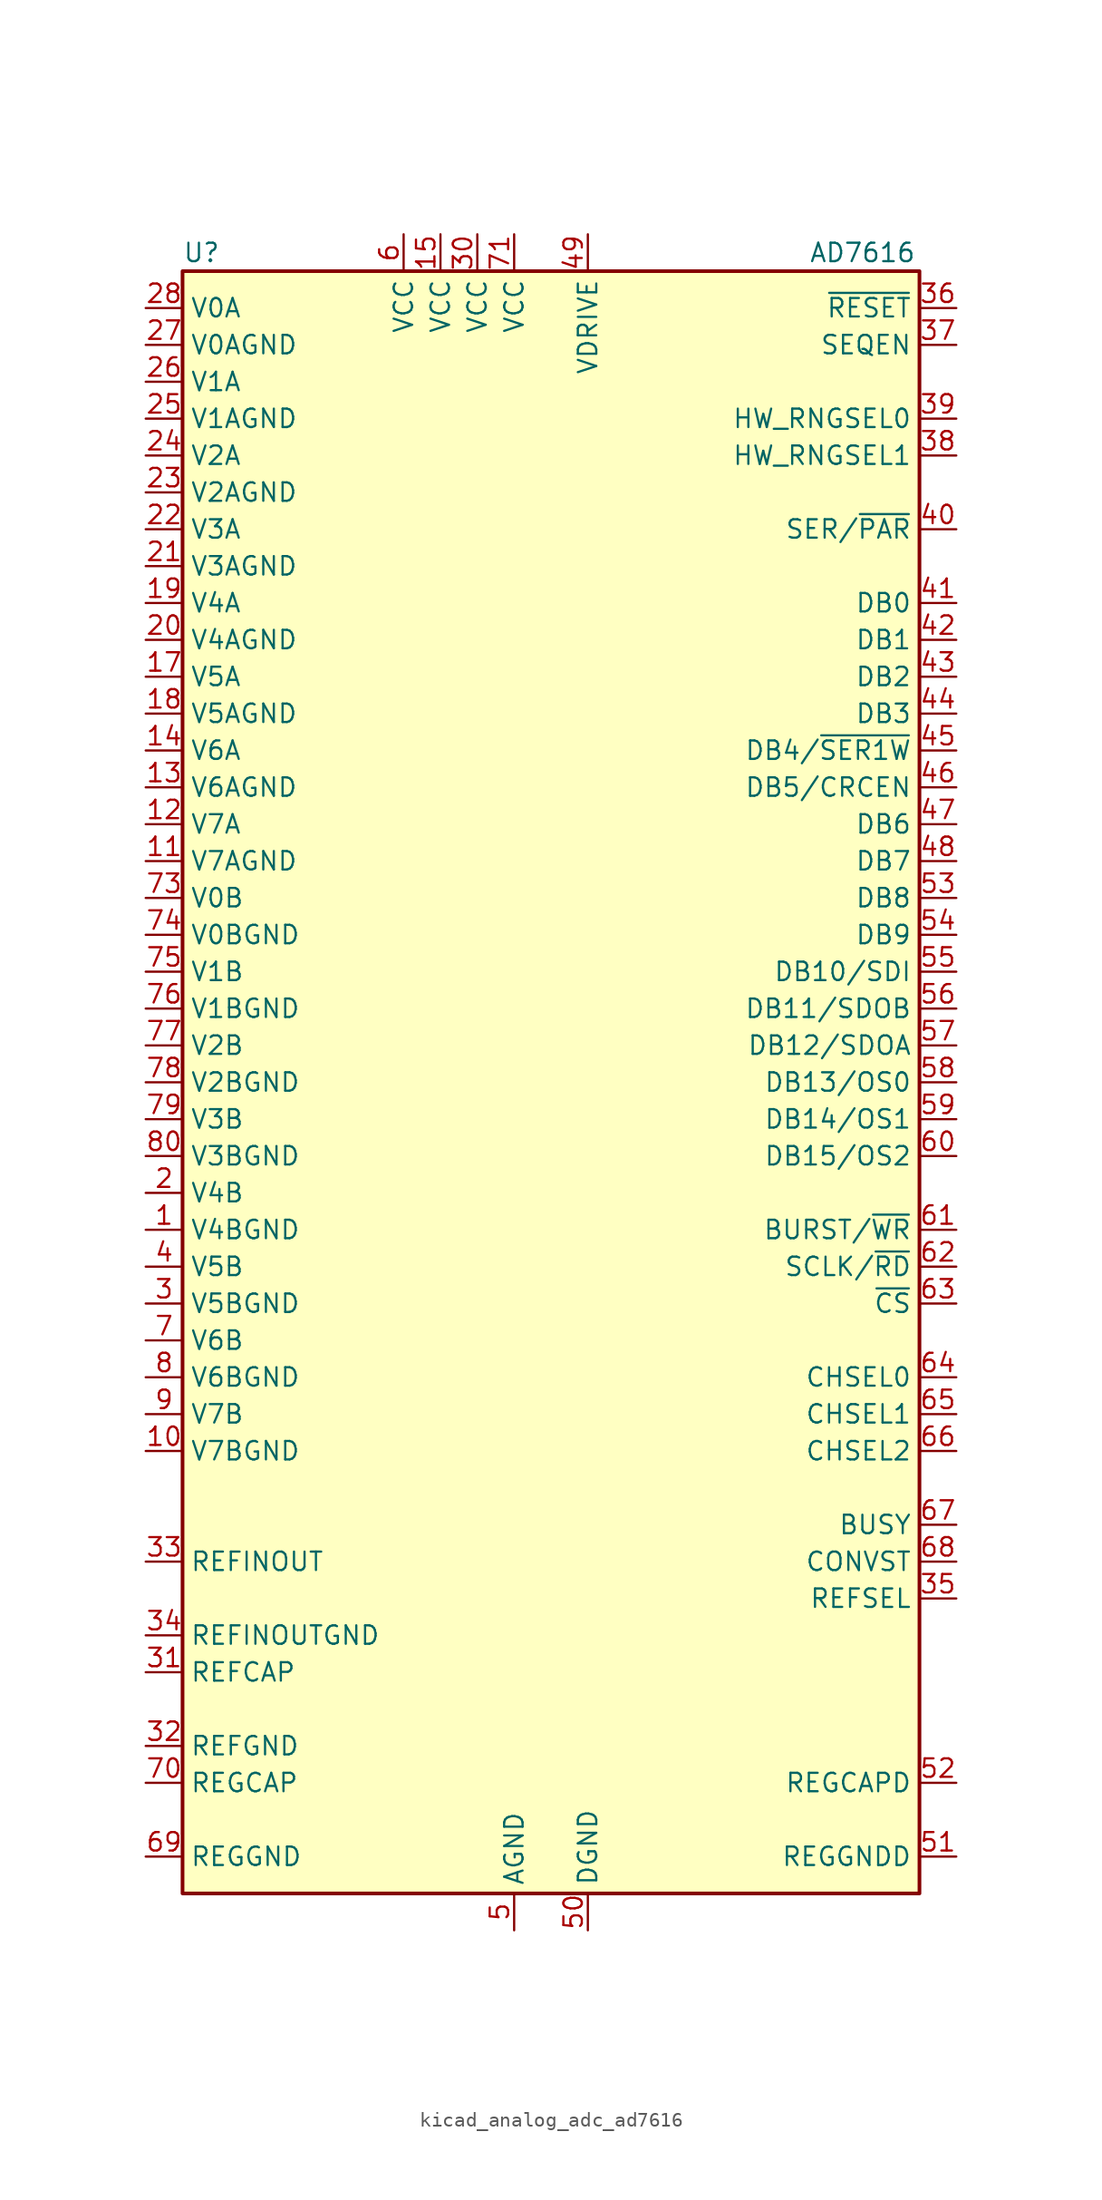
<source format=kicad_sym>
(kicad_symbol_lib
  (version 20220914)
  (generator kicad_symbol_editor)
  (symbol "kicad_analog_adc_ad7616"
    (property "Reference" "U"
      (at -25.4 57.15 0)
      (effects (font (size 1.27 1.27)) (justify left)))
    (property "Value" "AD7616"
      (at 17.78 57.15 0)
      (effects (font (size 1.27 1.27)) (justify left)))
    (symbol "kicad_analog_adc_ad7616_1_1"
      (rectangle (start -25.4 55.88) (end 25.4 -55.88) (stroke (width 0.254) (type default)) (fill (type background)))
      (pin input line (at -27.94 -10.16 0) (length 2.54) (name "V4BGND" (effects (font (size 1.27 1.27)))) (number "1" (effects (font (size 1.27 1.27)))))
      (pin input line (at -27.94 -25.4 0) (length 2.54) (name "V7BGND" (effects (font (size 1.27 1.27)))) (number "10" (effects (font (size 1.27 1.27)))))
      (pin input line (at -27.94 15.24 0) (length 2.54) (name "V7AGND" (effects (font (size 1.27 1.27)))) (number "11" (effects (font (size 1.27 1.27)))))
      (pin input line (at -27.94 17.78 0) (length 2.54) (name "V7A" (effects (font (size 1.27 1.27)))) (number "12" (effects (font (size 1.27 1.27)))))
      (pin input line (at -27.94 20.32 0) (length 2.54) (name "V6AGND" (effects (font (size 1.27 1.27)))) (number "13" (effects (font (size 1.27 1.27)))))
      (pin input line (at -27.94 22.86 0) (length 2.54) (name "V6A" (effects (font (size 1.27 1.27)))) (number "14" (effects (font (size 1.27 1.27)))))
      (pin power_in line (at -7.62 58.42 270) (length 2.54) (name "VCC" (effects (font (size 1.27 1.27)))) (number "15" (effects (font (size 1.27 1.27)))))
      (pin passive line (at -2.54 -58.42 90) (length 2.54) hide (name "AGND" (effects (font (size 1.27 1.27)))) (number "16" (effects (font (size 1.27 1.27)))))
      (pin input line (at -27.94 27.94 0) (length 2.54) (name "V5A" (effects (font (size 1.27 1.27)))) (number "17" (effects (font (size 1.27 1.27)))))
      (pin input line (at -27.94 25.4 0) (length 2.54) (name "V5AGND" (effects (font (size 1.27 1.27)))) (number "18" (effects (font (size 1.27 1.27)))))
      (pin input line (at -27.94 33.02 0) (length 2.54) (name "V4A" (effects (font (size 1.27 1.27)))) (number "19" (effects (font (size 1.27 1.27)))))
      (pin input line (at -27.94 -7.62 0) (length 2.54) (name "V4B" (effects (font (size 1.27 1.27)))) (number "2" (effects (font (size 1.27 1.27)))))
      (pin input line (at -27.94 30.48 0) (length 2.54) (name "V4AGND" (effects (font (size 1.27 1.27)))) (number "20" (effects (font (size 1.27 1.27)))))
      (pin input line (at -27.94 35.56 0) (length 2.54) (name "V3AGND" (effects (font (size 1.27 1.27)))) (number "21" (effects (font (size 1.27 1.27)))))
      (pin input line (at -27.94 38.1 0) (length 2.54) (name "V3A" (effects (font (size 1.27 1.27)))) (number "22" (effects (font (size 1.27 1.27)))))
      (pin input line (at -27.94 40.64 0) (length 2.54) (name "V2AGND" (effects (font (size 1.27 1.27)))) (number "23" (effects (font (size 1.27 1.27)))))
      (pin input line (at -27.94 43.18 0) (length 2.54) (name "V2A" (effects (font (size 1.27 1.27)))) (number "24" (effects (font (size 1.27 1.27)))))
      (pin input line (at -27.94 45.72 0) (length 2.54) (name "V1AGND" (effects (font (size 1.27 1.27)))) (number "25" (effects (font (size 1.27 1.27)))))
      (pin input line (at -27.94 48.26 0) (length 2.54) (name "V1A" (effects (font (size 1.27 1.27)))) (number "26" (effects (font (size 1.27 1.27)))))
      (pin input line (at -27.94 50.8 0) (length 2.54) (name "V0AGND" (effects (font (size 1.27 1.27)))) (number "27" (effects (font (size 1.27 1.27)))))
      (pin input line (at -27.94 53.34 0) (length 2.54) (name "V0A" (effects (font (size 1.27 1.27)))) (number "28" (effects (font (size 1.27 1.27)))))
      (pin passive line (at -2.54 -58.42 90) (length 2.54) hide (name "AGND" (effects (font (size 1.27 1.27)))) (number "29" (effects (font (size 1.27 1.27)))))
      (pin input line (at -27.94 -15.24 0) (length 2.54) (name "V5BGND" (effects (font (size 1.27 1.27)))) (number "3" (effects (font (size 1.27 1.27)))))
      (pin power_in line (at -5.08 58.42 270) (length 2.54) (name "VCC" (effects (font (size 1.27 1.27)))) (number "30" (effects (font (size 1.27 1.27)))))
      (pin passive line (at -27.94 -40.64 0) (length 2.54) (name "REFCAP" (effects (font (size 1.27 1.27)))) (number "31" (effects (font (size 1.27 1.27)))))
      (pin power_in line (at -27.94 -45.72 0) (length 2.54) (name "REFGND" (effects (font (size 1.27 1.27)))) (number "32" (effects (font (size 1.27 1.27)))))
      (pin input line (at -27.94 -33.02 0) (length 2.54) (name "REFINOUT" (effects (font (size 1.27 1.27)))) (number "33" (effects (font (size 1.27 1.27)))))
      (pin power_in line (at -27.94 -38.1 0) (length 2.54) (name "REFINOUTGND" (effects (font (size 1.27 1.27)))) (number "34" (effects (font (size 1.27 1.27)))))
      (pin input line (at 27.94 -35.56 180) (length 2.54) (name "REFSEL" (effects (font (size 1.27 1.27)))) (number "35" (effects (font (size 1.27 1.27)))))
      (pin input line (at 27.94 53.34 180) (length 2.54) (name "~{RESET}" (effects (font (size 1.27 1.27)))) (number "36" (effects (font (size 1.27 1.27)))))
      (pin input line (at 27.94 50.8 180) (length 2.54) (name "SEQEN" (effects (font (size 1.27 1.27)))) (number "37" (effects (font (size 1.27 1.27)))))
      (pin input line (at 27.94 43.18 180) (length 2.54) (name "HW_RNGSEL1" (effects (font (size 1.27 1.27)))) (number "38" (effects (font (size 1.27 1.27)))))
      (pin input line (at 27.94 45.72 180) (length 2.54) (name "HW_RNGSEL0" (effects (font (size 1.27 1.27)))) (number "39" (effects (font (size 1.27 1.27)))))
      (pin input line (at -27.94 -12.7 0) (length 2.54) (name "V5B" (effects (font (size 1.27 1.27)))) (number "4" (effects (font (size 1.27 1.27)))))
      (pin input line (at 27.94 38.1 180) (length 2.54) (name "SER/~{PAR}" (effects (font (size 1.27 1.27)))) (number "40" (effects (font (size 1.27 1.27)))))
      (pin bidirectional line (at 27.94 33.02 180) (length 2.54) (name "DB0" (effects (font (size 1.27 1.27)))) (number "41" (effects (font (size 1.27 1.27)))))
      (pin bidirectional line (at 27.94 30.48 180) (length 2.54) (name "DB1" (effects (font (size 1.27 1.27)))) (number "42" (effects (font (size 1.27 1.27)))))
      (pin bidirectional line (at 27.94 27.94 180) (length 2.54) (name "DB2" (effects (font (size 1.27 1.27)))) (number "43" (effects (font (size 1.27 1.27)))))
      (pin bidirectional line (at 27.94 25.4 180) (length 2.54) (name "DB3" (effects (font (size 1.27 1.27)))) (number "44" (effects (font (size 1.27 1.27)))))
      (pin bidirectional line (at 27.94 22.86 180) (length 2.54) (name "DB4/~{SER1W}" (effects (font (size 1.27 1.27)))) (number "45" (effects (font (size 1.27 1.27)))))
      (pin bidirectional line (at 27.94 20.32 180) (length 2.54) (name "DB5/CRCEN" (effects (font (size 1.27 1.27)))) (number "46" (effects (font (size 1.27 1.27)))))
      (pin bidirectional line (at 27.94 17.78 180) (length 2.54) (name "DB6" (effects (font (size 1.27 1.27)))) (number "47" (effects (font (size 1.27 1.27)))))
      (pin bidirectional line (at 27.94 15.24 180) (length 2.54) (name "DB7" (effects (font (size 1.27 1.27)))) (number "48" (effects (font (size 1.27 1.27)))))
      (pin power_in line (at 2.54 58.42 270) (length 2.54) (name "VDRIVE" (effects (font (size 1.27 1.27)))) (number "49" (effects (font (size 1.27 1.27)))))
      (pin power_in line (at -2.54 -58.42 90) (length 2.54) (name "AGND" (effects (font (size 1.27 1.27)))) (number "5" (effects (font (size 1.27 1.27)))))
      (pin power_in line (at 2.54 -58.42 90) (length 2.54) (name "DGND" (effects (font (size 1.27 1.27)))) (number "50" (effects (font (size 1.27 1.27)))))
      (pin power_in line (at 27.94 -53.34 180) (length 2.54) (name "REGGNDD" (effects (font (size 1.27 1.27)))) (number "51" (effects (font (size 1.27 1.27)))))
      (pin passive line (at 27.94 -48.26 180) (length 2.54) (name "REGCAPD" (effects (font (size 1.27 1.27)))) (number "52" (effects (font (size 1.27 1.27)))))
      (pin bidirectional line (at 27.94 12.7 180) (length 2.54) (name "DB8" (effects (font (size 1.27 1.27)))) (number "53" (effects (font (size 1.27 1.27)))))
      (pin bidirectional line (at 27.94 10.16 180) (length 2.54) (name "DB9" (effects (font (size 1.27 1.27)))) (number "54" (effects (font (size 1.27 1.27)))))
      (pin bidirectional line (at 27.94 7.62 180) (length 2.54) (name "DB10/SDI" (effects (font (size 1.27 1.27)))) (number "55" (effects (font (size 1.27 1.27)))))
      (pin bidirectional line (at 27.94 5.08 180) (length 2.54) (name "DB11/SDOB" (effects (font (size 1.27 1.27)))) (number "56" (effects (font (size 1.27 1.27)))))
      (pin bidirectional line (at 27.94 2.54 180) (length 2.54) (name "DB12/SDOA" (effects (font (size 1.27 1.27)))) (number "57" (effects (font (size 1.27 1.27)))))
      (pin bidirectional line (at 27.94 0 180) (length 2.54) (name "DB13/OS0" (effects (font (size 1.27 1.27)))) (number "58" (effects (font (size 1.27 1.27)))))
      (pin bidirectional line (at 27.94 -2.54 180) (length 2.54) (name "DB14/OS1" (effects (font (size 1.27 1.27)))) (number "59" (effects (font (size 1.27 1.27)))))
      (pin power_in line (at -10.16 58.42 270) (length 2.54) (name "VCC" (effects (font (size 1.27 1.27)))) (number "6" (effects (font (size 1.27 1.27)))))
      (pin bidirectional line (at 27.94 -5.08 180) (length 2.54) (name "DB15/OS2" (effects (font (size 1.27 1.27)))) (number "60" (effects (font (size 1.27 1.27)))))
      (pin input line (at 27.94 -10.16 180) (length 2.54) (name "BURST/~{WR}" (effects (font (size 1.27 1.27)))) (number "61" (effects (font (size 1.27 1.27)))))
      (pin input line (at 27.94 -12.7 180) (length 2.54) (name "SCLK/~{RD}" (effects (font (size 1.27 1.27)))) (number "62" (effects (font (size 1.27 1.27)))))
      (pin input line (at 27.94 -15.24 180) (length 2.54) (name "~{CS}" (effects (font (size 1.27 1.27)))) (number "63" (effects (font (size 1.27 1.27)))))
      (pin input line (at 27.94 -20.32 180) (length 2.54) (name "CHSEL0" (effects (font (size 1.27 1.27)))) (number "64" (effects (font (size 1.27 1.27)))))
      (pin input line (at 27.94 -22.86 180) (length 2.54) (name "CHSEL1" (effects (font (size 1.27 1.27)))) (number "65" (effects (font (size 1.27 1.27)))))
      (pin input line (at 27.94 -25.4 180) (length 2.54) (name "CHSEL2" (effects (font (size 1.27 1.27)))) (number "66" (effects (font (size 1.27 1.27)))))
      (pin output line (at 27.94 -30.48 180) (length 2.54) (name "BUSY" (effects (font (size 1.27 1.27)))) (number "67" (effects (font (size 1.27 1.27)))))
      (pin input line (at 27.94 -33.02 180) (length 2.54) (name "CONVST" (effects (font (size 1.27 1.27)))) (number "68" (effects (font (size 1.27 1.27)))))
      (pin power_in line (at -27.94 -53.34 0) (length 2.54) (name "REGGND" (effects (font (size 1.27 1.27)))) (number "69" (effects (font (size 1.27 1.27)))))
      (pin input line (at -27.94 -17.78 0) (length 2.54) (name "V6B" (effects (font (size 1.27 1.27)))) (number "7" (effects (font (size 1.27 1.27)))))
      (pin passive line (at -27.94 -48.26 0) (length 2.54) (name "REGCAP" (effects (font (size 1.27 1.27)))) (number "70" (effects (font (size 1.27 1.27)))))
      (pin power_in line (at -2.54 58.42 270) (length 2.54) (name "VCC" (effects (font (size 1.27 1.27)))) (number "71" (effects (font (size 1.27 1.27)))))
      (pin passive line (at -2.54 -58.42 90) (length 2.54) hide (name "AGND" (effects (font (size 1.27 1.27)))) (number "72" (effects (font (size 1.27 1.27)))))
      (pin input line (at -27.94 12.7 0) (length 2.54) (name "V0B" (effects (font (size 1.27 1.27)))) (number "73" (effects (font (size 1.27 1.27)))))
      (pin input line (at -27.94 10.16 0) (length 2.54) (name "V0BGND" (effects (font (size 1.27 1.27)))) (number "74" (effects (font (size 1.27 1.27)))))
      (pin input line (at -27.94 7.62 0) (length 2.54) (name "V1B" (effects (font (size 1.27 1.27)))) (number "75" (effects (font (size 1.27 1.27)))))
      (pin input line (at -27.94 5.08 0) (length 2.54) (name "V1BGND" (effects (font (size 1.27 1.27)))) (number "76" (effects (font (size 1.27 1.27)))))
      (pin input line (at -27.94 2.54 0) (length 2.54) (name "V2B" (effects (font (size 1.27 1.27)))) (number "77" (effects (font (size 1.27 1.27)))))
      (pin input line (at -27.94 0 0) (length 2.54) (name "V2BGND" (effects (font (size 1.27 1.27)))) (number "78" (effects (font (size 1.27 1.27)))))
      (pin input line (at -27.94 -2.54 0) (length 2.54) (name "V3B" (effects (font (size 1.27 1.27)))) (number "79" (effects (font (size 1.27 1.27)))))
      (pin input line (at -27.94 -20.32 0) (length 2.54) (name "V6BGND" (effects (font (size 1.27 1.27)))) (number "8" (effects (font (size 1.27 1.27)))))
      (pin input line (at -27.94 -5.08 0) (length 2.54) (name "V3BGND" (effects (font (size 1.27 1.27)))) (number "80" (effects (font (size 1.27 1.27)))))
      (pin input line (at -27.94 -22.86 0) (length 2.54) (name "V7B" (effects (font (size 1.27 1.27)))) (number "9" (effects (font (size 1.27 1.27))))))))
</source>
